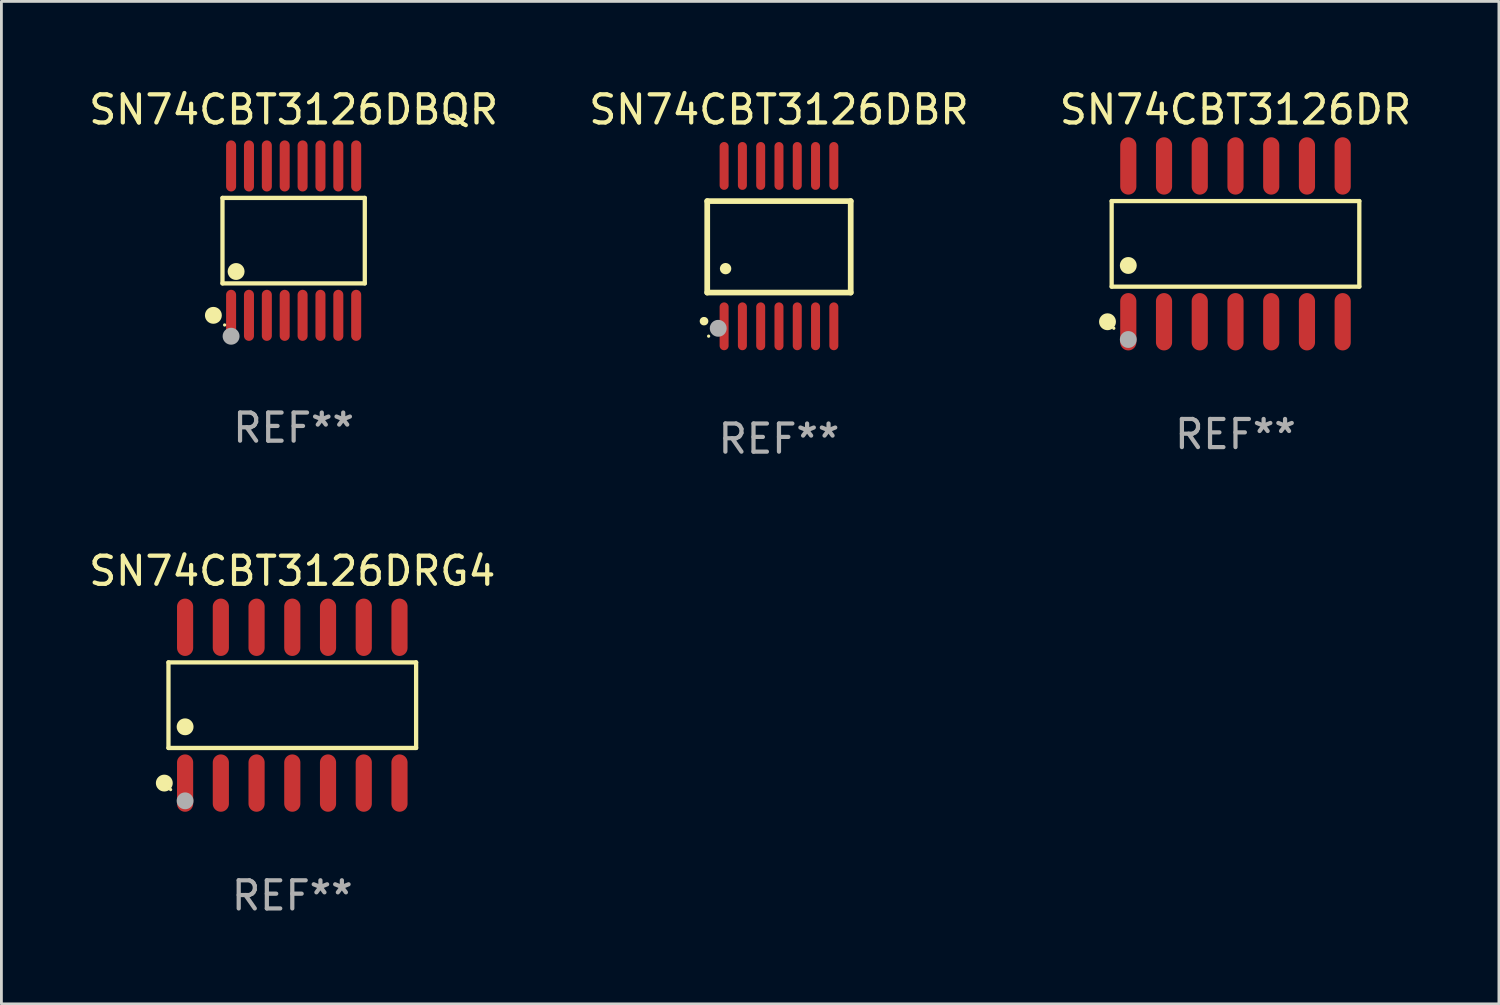
<source format=kicad_pcb>
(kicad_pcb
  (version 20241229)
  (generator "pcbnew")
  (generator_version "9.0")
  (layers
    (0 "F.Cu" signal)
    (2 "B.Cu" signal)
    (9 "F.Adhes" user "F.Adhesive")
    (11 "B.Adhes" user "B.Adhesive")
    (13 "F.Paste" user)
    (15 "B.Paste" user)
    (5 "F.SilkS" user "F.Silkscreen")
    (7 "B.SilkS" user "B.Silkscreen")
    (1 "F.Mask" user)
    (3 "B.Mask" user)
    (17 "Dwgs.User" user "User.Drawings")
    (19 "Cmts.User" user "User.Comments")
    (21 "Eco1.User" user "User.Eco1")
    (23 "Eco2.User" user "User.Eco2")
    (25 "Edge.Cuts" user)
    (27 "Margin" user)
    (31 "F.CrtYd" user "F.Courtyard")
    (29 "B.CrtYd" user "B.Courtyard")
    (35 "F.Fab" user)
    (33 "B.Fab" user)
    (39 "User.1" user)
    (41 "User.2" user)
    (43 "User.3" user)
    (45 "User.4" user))
  (footprint "SN74CBT3126DRG4"
    (layer "F.Cu")
    (at 7.339 22.014)
    (property "Reference" "SN74CBT3126DRG4" (at 0 -4.769 0) (layer "F.SilkS") (effects (font (size 1 1) (thickness 0.15))))
    (attr through_hole)
    (fp_line (start -4.401 -1.521) (end 4.401 -1.521) (stroke (width 0.152) (type solid)) (layer "F.SilkS"))
    (fp_line (start -4.401 1.521) (end -4.401 -1.521) (stroke (width 0.152) (type solid)) (layer "F.SilkS"))
    (fp_line (start 4.401 -1.521) (end 4.401 1.521) (stroke (width 0.152) (type solid)) (layer "F.SilkS"))
    (fp_line (start 4.401 1.521) (end -4.401 1.521) (stroke (width 0.152) (type solid)) (layer "F.SilkS"))
    (fp_circle (center -4.549 2.769) (end -4.399 2.769) (stroke (width 0.3) (type solid)) (fill no) (layer "F.SilkS"))
    (fp_circle (center -4.325 3) (end -4.295 3) (stroke (width 0.06) (type solid)) (fill no) (layer "F.SilkS"))
    (fp_circle (center -3.81 0.769) (end -3.66 0.769) (stroke (width 0.3) (type solid)) (fill no) (layer "F.SilkS"))
    (fp_circle (center -3.81 3.4) (end -3.66 3.4) (stroke (width 0.3) (type solid)) (fill no) (layer "F.Fab"))
    (fp_text user "REF**" (at 0 6.769 0) (layer "F.Fab") (effects (font (size 1 1) (thickness 0.15))))
    (pad "1" smd oval (at -3.81 2.769) (size 0.574 2.038) (layers "F.Cu" "F.Mask" "F.Paste"))
    (pad "2" smd oval (at -2.54 2.769) (size 0.574 2.038) (layers "F.Cu" "F.Mask" "F.Paste"))
    (pad "3" smd oval (at -1.27 2.769) (size 0.574 2.038) (layers "F.Cu" "F.Mask" "F.Paste"))
    (pad "4" smd oval (at 0 2.769) (size 0.574 2.038) (layers "F.Cu" "F.Mask" "F.Paste"))
    (pad "5" smd oval (at 1.27 2.769) (size 0.574 2.038) (layers "F.Cu" "F.Mask" "F.Paste"))
    (pad "6" smd oval (at 2.54 2.769) (size 0.574 2.038) (layers "F.Cu" "F.Mask" "F.Paste"))
    (pad "7" smd oval (at 3.81 2.769) (size 0.574 2.038) (layers "F.Cu" "F.Mask" "F.Paste"))
    (pad "8" smd oval (at 3.81 -2.769) (size 0.574 2.038) (layers "F.Cu" "F.Mask" "F.Paste"))
    (pad "9" smd oval (at 2.54 -2.769) (size 0.574 2.038) (layers "F.Cu" "F.Mask" "F.Paste"))
    (pad "10" smd oval (at 1.27 -2.769) (size 0.574 2.038) (layers "F.Cu" "F.Mask" "F.Paste"))
    (pad "11" smd oval (at 0 -2.769) (size 0.574 2.038) (layers "F.Cu" "F.Mask" "F.Paste"))
    (pad "12" smd oval (at -1.27 -2.769) (size 0.574 2.038) (layers "F.Cu" "F.Mask" "F.Paste"))
    (pad "13" smd oval (at -2.54 -2.769) (size 0.574 2.038) (layers "F.Cu" "F.Mask" "F.Paste"))
    (pad "14" smd oval (at -3.81 -2.769) (size 0.574 2.038) (layers "F.Cu" "F.Mask" "F.Paste")))
  (footprint "SN74CBT3126DR"
    (layer "F.Cu")
    (at 40.863 5.617)
    (property "Reference" "SN74CBT3126DR" (at 0 -4.769 0) (layer "F.SilkS") (effects (font (size 1 1) (thickness 0.15))))
    (attr through_hole)
    (fp_line (start -4.401 -1.521) (end 4.401 -1.521) (stroke (width 0.152) (type solid)) (layer "F.SilkS"))
    (fp_line (start -4.401 1.521) (end -4.401 -1.521) (stroke (width 0.152) (type solid)) (layer "F.SilkS"))
    (fp_line (start 4.401 -1.521) (end 4.401 1.521) (stroke (width 0.152) (type solid)) (layer "F.SilkS"))
    (fp_line (start 4.401 1.521) (end -4.401 1.521) (stroke (width 0.152) (type solid)) (layer "F.SilkS"))
    (fp_circle (center -4.549 2.769) (end -4.399 2.769) (stroke (width 0.3) (type solid)) (fill no) (layer "F.SilkS"))
    (fp_circle (center -4.325 3) (end -4.295 3) (stroke (width 0.06) (type solid)) (fill no) (layer "F.SilkS"))
    (fp_circle (center -3.81 0.769) (end -3.66 0.769) (stroke (width 0.3) (type solid)) (fill no) (layer "F.SilkS"))
    (fp_circle (center -3.81 3.4) (end -3.66 3.4) (stroke (width 0.3) (type solid)) (fill no) (layer "F.Fab"))
    (fp_text user "REF**" (at 0 6.769 0) (layer "F.Fab") (effects (font (size 1 1) (thickness 0.15))))
    (pad "1" smd oval (at -3.81 2.769) (size 0.574 2.038) (layers "F.Cu" "F.Mask" "F.Paste"))
    (pad "2" smd oval (at -2.54 2.769) (size 0.574 2.038) (layers "F.Cu" "F.Mask" "F.Paste"))
    (pad "3" smd oval (at -1.27 2.769) (size 0.574 2.038) (layers "F.Cu" "F.Mask" "F.Paste"))
    (pad "4" smd oval (at 0 2.769) (size 0.574 2.038) (layers "F.Cu" "F.Mask" "F.Paste"))
    (pad "5" smd oval (at 1.27 2.769) (size 0.574 2.038) (layers "F.Cu" "F.Mask" "F.Paste"))
    (pad "6" smd oval (at 2.54 2.769) (size 0.574 2.038) (layers "F.Cu" "F.Mask" "F.Paste"))
    (pad "7" smd oval (at 3.81 2.769) (size 0.574 2.038) (layers "F.Cu" "F.Mask" "F.Paste"))
    (pad "8" smd oval (at 3.81 -2.769) (size 0.574 2.038) (layers "F.Cu" "F.Mask" "F.Paste"))
    (pad "9" smd oval (at 2.54 -2.769) (size 0.574 2.038) (layers "F.Cu" "F.Mask" "F.Paste"))
    (pad "10" smd oval (at 1.27 -2.769) (size 0.574 2.038) (layers "F.Cu" "F.Mask" "F.Paste"))
    (pad "11" smd oval (at 0 -2.769) (size 0.574 2.038) (layers "F.Cu" "F.Mask" "F.Paste"))
    (pad "12" smd oval (at -1.27 -2.769) (size 0.574 2.038) (layers "F.Cu" "F.Mask" "F.Paste"))
    (pad "13" smd oval (at -2.54 -2.769) (size 0.574 2.038) (layers "F.Cu" "F.Mask" "F.Paste"))
    (pad "14" smd oval (at -3.81 -2.769) (size 0.574 2.038) (layers "F.Cu" "F.Mask" "F.Paste")))
  (footprint "SN74CBT3126DBQR"
    (layer "F.Cu")
    (at 7.387 5.503)
    (property "Reference" "SN74CBT3126DBQR" (at 0 -4.655 0) (layer "F.SilkS") (effects (font (size 1 1) (thickness 0.15))))
    (attr through_hole)
    (fp_line (start -2.529 -1.519) (end 2.529 -1.519) (stroke (width 0.152) (type solid)) (layer "F.SilkS"))
    (fp_line (start -2.529 1.519) (end -2.529 -1.519) (stroke (width 0.152) (type solid)) (layer "F.SilkS"))
    (fp_line (start 2.529 -1.519) (end 2.529 1.519) (stroke (width 0.152) (type solid)) (layer "F.SilkS"))
    (fp_line (start 2.529 1.519) (end -2.529 1.519) (stroke (width 0.152) (type solid)) (layer "F.SilkS"))
    (fp_circle (center -2.853 2.655) (end -2.703 2.655) (stroke (width 0.3) (type solid)) (fill no) (layer "F.SilkS"))
    (fp_circle (center -2.453 2.998) (end -2.423 2.998) (stroke (width 0.06) (type solid)) (fill no) (layer "F.SilkS"))
    (fp_circle (center -2.045 1.097) (end -1.895 1.097) (stroke (width 0.3) (type solid)) (fill no) (layer "F.SilkS"))
    (fp_circle (center -2.223 3.398) (end -2.072 3.398) (stroke (width 0.3) (type solid)) (fill no) (layer "F.Fab"))
    (fp_text user "REF**" (at 0 6.655 0) (layer "F.Fab") (effects (font (size 1 1) (thickness 0.15))))
    (pad "1" smd oval (at -2.223 2.655) (size 0.356 1.815) (layers "F.Cu" "F.Mask" "F.Paste"))
    (pad "2" smd oval (at -1.588 2.655) (size 0.356 1.815) (layers "F.Cu" "F.Mask" "F.Paste"))
    (pad "3" smd oval (at -0.953 2.655) (size 0.356 1.815) (layers "F.Cu" "F.Mask" "F.Paste"))
    (pad "4" smd oval (at -0.318 2.655) (size 0.356 1.815) (layers "F.Cu" "F.Mask" "F.Paste"))
    (pad "5" smd oval (at 0.318 2.655) (size 0.356 1.815) (layers "F.Cu" "F.Mask" "F.Paste"))
    (pad "6" smd oval (at 0.953 2.655) (size 0.356 1.815) (layers "F.Cu" "F.Mask" "F.Paste"))
    (pad "7" smd oval (at 1.588 2.655) (size 0.356 1.815) (layers "F.Cu" "F.Mask" "F.Paste"))
    (pad "8" smd oval (at 2.223 2.655) (size 0.356 1.815) (layers "F.Cu" "F.Mask" "F.Paste"))
    (pad "9" smd oval (at 2.223 -2.655) (size 0.356 1.815) (layers "F.Cu" "F.Mask" "F.Paste"))
    (pad "10" smd oval (at 1.588 -2.655) (size 0.356 1.815) (layers "F.Cu" "F.Mask" "F.Paste"))
    (pad "11" smd oval (at 0.953 -2.655) (size 0.356 1.815) (layers "F.Cu" "F.Mask" "F.Paste"))
    (pad "12" smd oval (at 0.318 -2.655) (size 0.356 1.815) (layers "F.Cu" "F.Mask" "F.Paste"))
    (pad "13" smd oval (at -0.318 -2.655) (size 0.356 1.815) (layers "F.Cu" "F.Mask" "F.Paste"))
    (pad "14" smd oval (at -0.953 -2.655) (size 0.356 1.815) (layers "F.Cu" "F.Mask" "F.Paste"))
    (pad "15" smd oval (at -1.588 -2.655) (size 0.356 1.815) (layers "F.Cu" "F.Mask" "F.Paste"))
    (pad "16" smd oval (at -2.223 -2.655) (size 0.356 1.815) (layers "F.Cu" "F.Mask" "F.Paste")))
  (footprint "SN74CBT3126DBR"
    (layer "F.Cu")
    (at 24.637 5.698)
    (property "Reference" "SN74CBT3126DBR" (at 0 -4.85 0) (layer "F.SilkS") (effects (font (size 1 1) (thickness 0.15))))
    (attr through_hole)
    (fp_line (start -2.55 -1.6) (end 2.55 -1.6) (stroke (width 0.203) (type solid)) (layer "F.SilkS"))
    (fp_line (start -2.55 1.651) (end -2.55 -1.6) (stroke (width 0.203) (type solid)) (layer "F.SilkS"))
    (fp_line (start 2.55 -1.6) (end 2.55 1.651) (stroke (width 0.203) (type solid)) (layer "F.SilkS"))
    (fp_line (start 2.55 1.651) (end -2.55 1.651) (stroke (width 0.203) (type solid)) (layer "F.SilkS"))
    (fp_arc (start -2.667005 2.667005) (mid -2.663677 2.667046) (end -2.66035 2.667157) (stroke (width 0.3) (type solid)) (layer "F.SilkS"))
    (fp_arc (start -1.9 0.8) (mid -1.897803 0.800014) (end -1.895606 0.800051) (stroke (width 0.4) (type solid)) (layer "F.SilkS"))
    (fp_circle (center -2.5 3.2) (end -2.47 3.2) (stroke (width 0.06) (type solid)) (fill no) (layer "F.SilkS"))
    (fp_circle (center -2.159 2.921) (end -2.009 2.921) (stroke (width 0.3) (type solid)) (fill no) (layer "F.Fab"))
    (fp_text user "REF**" (at 0 6.85 0) (layer "F.Fab") (effects (font (size 1 1) (thickness 0.15))))
    (pad "1" smd oval (at -1.95 2.85 180) (size 0.32 1.7) (layers "F.Cu" "F.Mask" "F.Paste"))
    (pad "2" smd oval (at -1.3 2.85 180) (size 0.32 1.7) (layers "F.Cu" "F.Mask" "F.Paste"))
    (pad "3" smd oval (at -0.65 2.85 180) (size 0.32 1.7) (layers "F.Cu" "F.Mask" "F.Paste"))
    (pad "4" smd oval (at 0 2.85 180) (size 0.32 1.7) (layers "F.Cu" "F.Mask" "F.Paste"))
    (pad "5" smd oval (at 0.65 2.85 180) (size 0.32 1.7) (layers "F.Cu" "F.Mask" "F.Paste"))
    (pad "6" smd oval (at 1.3 2.85 180) (size 0.32 1.7) (layers "F.Cu" "F.Mask" "F.Paste"))
    (pad "7" smd oval (at 1.95 2.85 180) (size 0.32 1.7) (layers "F.Cu" "F.Mask" "F.Paste"))
    (pad "8" smd oval (at 1.95 -2.85 180) (size 0.32 1.7) (layers "F.Cu" "F.Mask" "F.Paste"))
    (pad "9" smd oval (at 1.3 -2.85 180) (size 0.32 1.7) (layers "F.Cu" "F.Mask" "F.Paste"))
    (pad "10" smd oval (at 0.65 -2.85 180) (size 0.32 1.7) (layers "F.Cu" "F.Mask" "F.Paste"))
    (pad "11" smd oval (at 0 -2.85 180) (size 0.32 1.7) (layers "F.Cu" "F.Mask" "F.Paste"))
    (pad "12" smd oval (at -0.65 -2.85 180) (size 0.32 1.7) (layers "F.Cu" "F.Mask" "F.Paste"))
    (pad "13" smd oval (at -1.3 -2.85 180) (size 0.32 1.7) (layers "F.Cu" "F.Mask" "F.Paste"))
    (pad "14" smd oval (at -1.95 -2.85 180) (size 0.32 1.7) (layers "F.Cu" "F.Mask" "F.Paste")))
  (gr_rect
    (start -3 -3)
    (end 50.226 32.631)
    (stroke (width 0.1) (type default))
    (fill no)
    (layer "Edge.Cuts")))
</source>
